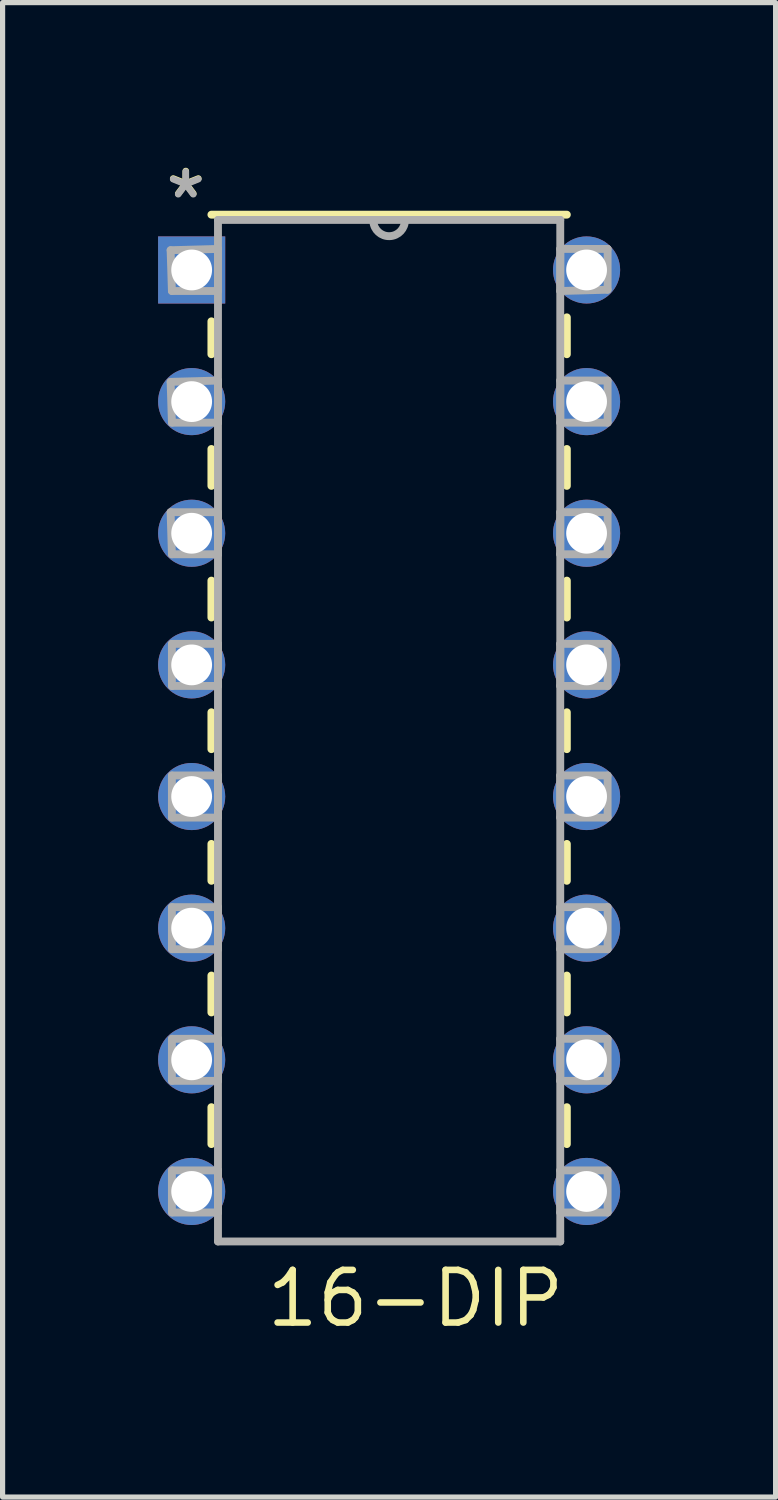
<source format=kicad_pcb>
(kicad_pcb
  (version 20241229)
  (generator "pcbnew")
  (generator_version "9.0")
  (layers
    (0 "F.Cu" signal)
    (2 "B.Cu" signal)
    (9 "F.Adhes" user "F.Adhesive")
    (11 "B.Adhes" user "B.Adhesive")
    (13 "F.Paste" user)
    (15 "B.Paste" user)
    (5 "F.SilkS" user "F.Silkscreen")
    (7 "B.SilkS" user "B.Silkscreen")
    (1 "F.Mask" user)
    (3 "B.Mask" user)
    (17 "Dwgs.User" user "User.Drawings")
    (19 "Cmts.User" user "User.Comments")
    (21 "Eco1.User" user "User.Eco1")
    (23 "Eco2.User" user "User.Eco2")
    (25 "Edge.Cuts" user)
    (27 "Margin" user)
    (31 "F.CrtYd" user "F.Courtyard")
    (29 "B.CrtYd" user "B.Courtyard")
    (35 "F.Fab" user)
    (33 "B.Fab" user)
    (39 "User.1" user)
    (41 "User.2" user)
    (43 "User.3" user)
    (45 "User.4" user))
  (footprint "16-DIP"
    (layer "F.Cu")
    (at 0.648 2.159)
    (property "Reference" "16-DIP" (at 1.381 20.44 0) (layer "F.SilkS") (effects (font (size 1.016 1.016) (thickness 0.127)) (justify left bottom)))
    (attr through_hole)
    (fp_line (start 0.381 0.991) (end 0.381 1.626) (stroke (width 0.152) (type solid)) (layer "F.SilkS"))
    (fp_line (start 0.381 3.454) (end 0.381 4.166) (stroke (width 0.152) (type solid)) (layer "F.SilkS"))
    (fp_line (start 0.381 5.994) (end 0.381 6.706) (stroke (width 0.152) (type solid)) (layer "F.SilkS"))
    (fp_line (start 0.381 8.534) (end 0.381 9.246) (stroke (width 0.152) (type solid)) (layer "F.SilkS"))
    (fp_line (start 0.381 11.074) (end 0.381 11.786) (stroke (width 0.152) (type solid)) (layer "F.SilkS"))
    (fp_line (start 0.381 13.614) (end 0.381 14.326) (stroke (width 0.152) (type solid)) (layer "F.SilkS"))
    (fp_line (start 0.381 16.154) (end 0.381 16.866) (stroke (width 0.152) (type solid)) (layer "F.SilkS"))
    (fp_line (start 7.239 -1.067) (end 0.381 -1.067) (stroke (width 0.152) (type solid)) (layer "F.SilkS"))
    (fp_line (start 7.239 1.626) (end 7.239 0.914) (stroke (width 0.152) (type solid)) (layer "F.SilkS"))
    (fp_line (start 7.239 4.166) (end 7.239 3.454) (stroke (width 0.152) (type solid)) (layer "F.SilkS"))
    (fp_line (start 7.239 6.706) (end 7.239 5.994) (stroke (width 0.152) (type solid)) (layer "F.SilkS"))
    (fp_line (start 7.239 9.246) (end 7.239 8.534) (stroke (width 0.152) (type solid)) (layer "F.SilkS"))
    (fp_line (start 7.239 11.786) (end 7.239 11.074) (stroke (width 0.152) (type solid)) (layer "F.SilkS"))
    (fp_line (start 7.239 14.326) (end 7.239 13.614) (stroke (width 0.152) (type solid)) (layer "F.SilkS"))
    (fp_line (start 7.239 16.866) (end 7.239 16.154) (stroke (width 0.152) (type solid)) (layer "F.SilkS"))
    (fp_line (start -0.406 -0.381) (end -0.381 0.406) (stroke (width 0.152) (type solid)) (layer "F.Fab"))
    (fp_line (start -0.406 2.159) (end -0.381 2.946) (stroke (width 0.152) (type solid)) (layer "F.Fab"))
    (fp_line (start -0.406 4.674) (end -0.381 5.486) (stroke (width 0.152) (type solid)) (layer "F.Fab"))
    (fp_line (start -0.381 0.406) (end 0.508 0.406) (stroke (width 0.152) (type solid)) (layer "F.Fab"))
    (fp_line (start -0.381 2.946) (end 0.508 2.946) (stroke (width 0.152) (type solid)) (layer "F.Fab"))
    (fp_line (start -0.381 5.486) (end 0.508 5.486) (stroke (width 0.152) (type solid)) (layer "F.Fab"))
    (fp_line (start -0.381 7.214) (end -0.381 8.026) (stroke (width 0.152) (type solid)) (layer "F.Fab"))
    (fp_line (start -0.381 8.026) (end 0.508 8.026) (stroke (width 0.152) (type solid)) (layer "F.Fab"))
    (fp_line (start -0.381 9.754) (end -0.381 10.566) (stroke (width 0.152) (type solid)) (layer "F.Fab"))
    (fp_line (start -0.381 10.566) (end 0.508 10.566) (stroke (width 0.152) (type solid)) (layer "F.Fab"))
    (fp_line (start -0.381 12.294) (end -0.381 13.106) (stroke (width 0.152) (type solid)) (layer "F.Fab"))
    (fp_line (start -0.381 13.106) (end 0.508 13.106) (stroke (width 0.152) (type solid)) (layer "F.Fab"))
    (fp_line (start -0.381 14.834) (end -0.381 15.646) (stroke (width 0.152) (type solid)) (layer "F.Fab"))
    (fp_line (start -0.381 15.646) (end 0.508 15.646) (stroke (width 0.152) (type solid)) (layer "F.Fab"))
    (fp_line (start -0.381 17.374) (end -0.381 18.186) (stroke (width 0.152) (type solid)) (layer "F.Fab"))
    (fp_line (start -0.381 18.186) (end 0.508 18.186) (stroke (width 0.152) (type solid)) (layer "F.Fab"))
    (fp_line (start 0.508 -0.965) (end 0.508 18.745) (stroke (width 0.152) (type solid)) (layer "F.Fab"))
    (fp_line (start 0.508 -0.406) (end -0.406 -0.381) (stroke (width 0.152) (type solid)) (layer "F.Fab"))
    (fp_line (start 0.508 0.406) (end 0.508 -0.406) (stroke (width 0.152) (type solid)) (layer "F.Fab"))
    (fp_line (start 0.508 2.134) (end -0.406 2.159) (stroke (width 0.152) (type solid)) (layer "F.Fab"))
    (fp_line (start 0.508 2.946) (end 0.508 2.134) (stroke (width 0.152) (type solid)) (layer "F.Fab"))
    (fp_line (start 0.508 4.674) (end -0.406 4.674) (stroke (width 0.152) (type solid)) (layer "F.Fab"))
    (fp_line (start 0.508 5.486) (end 0.508 4.674) (stroke (width 0.152) (type solid)) (layer "F.Fab"))
    (fp_line (start 0.508 7.214) (end -0.381 7.214) (stroke (width 0.152) (type solid)) (layer "F.Fab"))
    (fp_line (start 0.508 8.026) (end 0.508 7.214) (stroke (width 0.152) (type solid)) (layer "F.Fab"))
    (fp_line (start 0.508 9.754) (end -0.381 9.754) (stroke (width 0.152) (type solid)) (layer "F.Fab"))
    (fp_line (start 0.508 10.566) (end 0.508 9.754) (stroke (width 0.152) (type solid)) (layer "F.Fab"))
    (fp_line (start 0.508 12.294) (end -0.381 12.294) (stroke (width 0.152) (type solid)) (layer "F.Fab"))
    (fp_line (start 0.508 13.106) (end 0.508 12.294) (stroke (width 0.152) (type solid)) (layer "F.Fab"))
    (fp_line (start 0.508 14.834) (end -0.381 14.834) (stroke (width 0.152) (type solid)) (layer "F.Fab"))
    (fp_line (start 0.508 15.646) (end 0.508 14.834) (stroke (width 0.152) (type solid)) (layer "F.Fab"))
    (fp_line (start 0.508 17.374) (end -0.381 17.374) (stroke (width 0.152) (type solid)) (layer "F.Fab"))
    (fp_line (start 0.508 18.186) (end 0.508 17.374) (stroke (width 0.152) (type solid)) (layer "F.Fab"))
    (fp_line (start 0.508 18.745) (end 7.112 18.745) (stroke (width 0.152) (type solid)) (layer "F.Fab"))
    (fp_line (start 4.115 -0.965) (end 0.508 -0.965) (stroke (width 0.152) (type solid)) (layer "F.Fab"))
    (fp_line (start 7.112 -0.965) (end 4.115 -0.965) (stroke (width 0.152) (type solid)) (layer "F.Fab"))
    (fp_line (start 7.112 -0.406) (end 7.112 0.406) (stroke (width 0.152) (type solid)) (layer "F.Fab"))
    (fp_line (start 7.112 0.406) (end 8.026 0.381) (stroke (width 0.152) (type solid)) (layer "F.Fab"))
    (fp_line (start 7.112 2.134) (end 7.112 2.946) (stroke (width 0.152) (type solid)) (layer "F.Fab"))
    (fp_line (start 7.112 2.946) (end 8.026 2.946) (stroke (width 0.152) (type solid)) (layer "F.Fab"))
    (fp_line (start 7.112 4.674) (end 7.112 5.486) (stroke (width 0.152) (type solid)) (layer "F.Fab"))
    (fp_line (start 7.112 5.486) (end 8.026 5.486) (stroke (width 0.152) (type solid)) (layer "F.Fab"))
    (fp_line (start 7.112 7.214) (end 7.112 8.026) (stroke (width 0.152) (type solid)) (layer "F.Fab"))
    (fp_line (start 7.112 8.026) (end 8.026 8.026) (stroke (width 0.152) (type solid)) (layer "F.Fab"))
    (fp_line (start 7.112 9.754) (end 7.112 10.566) (stroke (width 0.152) (type solid)) (layer "F.Fab"))
    (fp_line (start 7.112 10.566) (end 8.026 10.566) (stroke (width 0.152) (type solid)) (layer "F.Fab"))
    (fp_line (start 7.112 12.294) (end 7.112 13.106) (stroke (width 0.152) (type solid)) (layer "F.Fab"))
    (fp_line (start 7.112 13.106) (end 8.026 13.106) (stroke (width 0.152) (type solid)) (layer "F.Fab"))
    (fp_line (start 7.112 14.834) (end 7.112 15.646) (stroke (width 0.152) (type solid)) (layer "F.Fab"))
    (fp_line (start 7.112 15.646) (end 8.026 15.646) (stroke (width 0.152) (type solid)) (layer "F.Fab"))
    (fp_line (start 7.112 17.374) (end 7.112 18.186) (stroke (width 0.152) (type solid)) (layer "F.Fab"))
    (fp_line (start 7.112 18.186) (end 8.026 18.186) (stroke (width 0.152) (type solid)) (layer "F.Fab"))
    (fp_line (start 7.112 18.745) (end 7.112 -0.965) (stroke (width 0.152) (type solid)) (layer "F.Fab"))
    (fp_line (start 8.026 -0.406) (end 7.112 -0.406) (stroke (width 0.152) (type solid)) (layer "F.Fab"))
    (fp_line (start 8.026 0.381) (end 8.026 -0.406) (stroke (width 0.152) (type solid)) (layer "F.Fab"))
    (fp_line (start 8.026 2.134) (end 7.112 2.134) (stroke (width 0.152) (type solid)) (layer "F.Fab"))
    (fp_line (start 8.026 2.946) (end 8.026 2.134) (stroke (width 0.152) (type solid)) (layer "F.Fab"))
    (fp_line (start 8.026 4.674) (end 7.112 4.674) (stroke (width 0.152) (type solid)) (layer "F.Fab"))
    (fp_line (start 8.026 5.486) (end 8.026 4.674) (stroke (width 0.152) (type solid)) (layer "F.Fab"))
    (fp_line (start 8.026 7.214) (end 7.112 7.214) (stroke (width 0.152) (type solid)) (layer "F.Fab"))
    (fp_line (start 8.026 8.026) (end 8.026 7.214) (stroke (width 0.152) (type solid)) (layer "F.Fab"))
    (fp_line (start 8.026 9.754) (end 7.112 9.754) (stroke (width 0.152) (type solid)) (layer "F.Fab"))
    (fp_line (start 8.026 10.566) (end 8.026 9.754) (stroke (width 0.152) (type solid)) (layer "F.Fab"))
    (fp_line (start 8.026 12.294) (end 7.112 12.294) (stroke (width 0.152) (type solid)) (layer "F.Fab"))
    (fp_line (start 8.026 13.106) (end 8.026 12.294) (stroke (width 0.152) (type solid)) (layer "F.Fab"))
    (fp_line (start 8.026 14.834) (end 7.112 14.834) (stroke (width 0.152) (type solid)) (layer "F.Fab"))
    (fp_line (start 8.026 15.646) (end 8.026 14.834) (stroke (width 0.152) (type solid)) (layer "F.Fab"))
    (fp_line (start 8.026 17.374) (end 7.112 17.374) (stroke (width 0.152) (type solid)) (layer "F.Fab"))
    (fp_line (start 8.026 18.186) (end 8.026 17.374) (stroke (width 0.152) (type solid)) (layer "F.Fab"))
    (fp_arc (start 4.1148 -0.9652) (mid 3.8227 -0.6477) (end 3.5052 -0.9398) (stroke (width 0.1524) (type solid)) (layer "F.Fab"))
    (fp_text user "*" (at -0.584 -0.762 0) (layer "F.SilkS") (effects (font (size 1.016 1.016) (thickness 0.127)) (justify left bottom)))
    (fp_text user "*" (at -0.585 -0.75 0) (layer "F.Fab") (effects (font (size 1.016 1.016) (thickness 0.127)) (justify left bottom)))
    (pad "1" thru_hole rect (at 0 0) (size 1.295 1.295) (drill 0.787) (layers "*.Cu" "*.Mask"))
    (pad "2" thru_hole circle (at 0 2.54) (size 1.295 1.295) (drill 0.787) (layers "*.Cu" "*.Mask"))
    (pad "3" thru_hole circle (at 0 5.08) (size 1.295 1.295) (drill 0.787) (layers "*.Cu" "*.Mask"))
    (pad "4" thru_hole circle (at 0 7.62) (size 1.295 1.295) (drill 0.787) (layers "*.Cu" "*.Mask"))
    (pad "5" thru_hole circle (at 0 10.16) (size 1.295 1.295) (drill 0.787) (layers "*.Cu" "*.Mask"))
    (pad "6" thru_hole circle (at 0 12.7) (size 1.295 1.295) (drill 0.787) (layers "*.Cu" "*.Mask"))
    (pad "7" thru_hole circle (at 0 15.24) (size 1.295 1.295) (drill 0.787) (layers "*.Cu" "*.Mask"))
    (pad "8" thru_hole circle (at 0 17.78) (size 1.295 1.295) (drill 0.787) (layers "*.Cu" "*.Mask"))
    (pad "9" thru_hole circle (at 7.62 17.78) (size 1.295 1.295) (drill 0.787) (layers "*.Cu" "*.Mask"))
    (pad "10" thru_hole circle (at 7.62 15.24) (size 1.295 1.295) (drill 0.787) (layers "*.Cu" "*.Mask"))
    (pad "11" thru_hole circle (at 7.62 12.7) (size 1.295 1.295) (drill 0.787) (layers "*.Cu" "*.Mask"))
    (pad "12" thru_hole circle (at 7.62 10.16) (size 1.295 1.295) (drill 0.787) (layers "*.Cu" "*.Mask"))
    (pad "13" thru_hole circle (at 7.62 7.62) (size 1.295 1.295) (drill 0.787) (layers "*.Cu" "*.Mask"))
    (pad "14" thru_hole circle (at 7.62 5.08) (size 1.295 1.295) (drill 0.787) (layers "*.Cu" "*.Mask"))
    (pad "15" thru_hole circle (at 7.62 2.54) (size 1.295 1.295) (drill 0.787) (layers "*.Cu" "*.Mask"))
    (pad "16" thru_hole circle (at 7.62 0) (size 1.295 1.295) (drill 0.787) (layers "*.Cu" "*.Mask")))
  (gr_rect
    (start -3 -3)
    (end 11.915 25.836)
    (stroke (width 0.1) (type default))
    (fill no)
    (layer "Edge.Cuts")))
</source>
